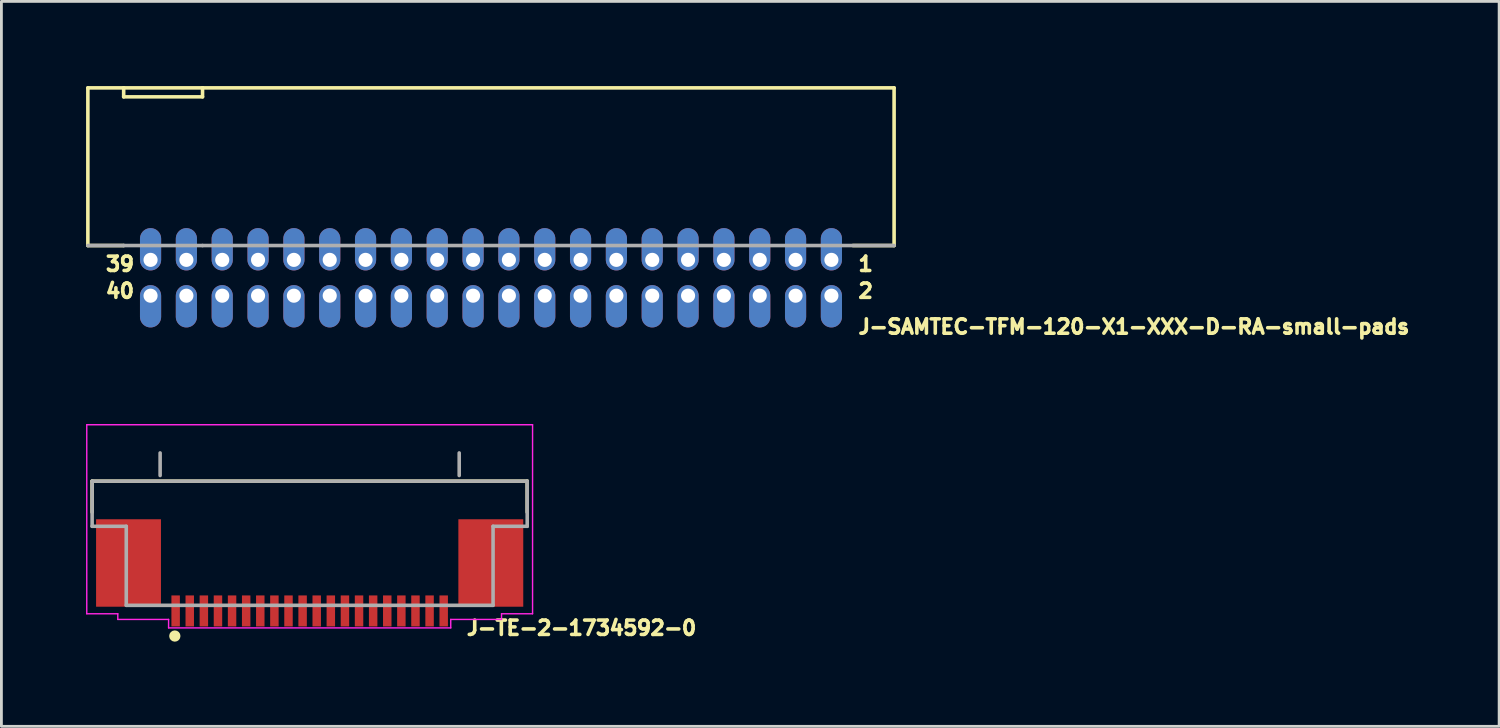
<source format=kicad_pcb>
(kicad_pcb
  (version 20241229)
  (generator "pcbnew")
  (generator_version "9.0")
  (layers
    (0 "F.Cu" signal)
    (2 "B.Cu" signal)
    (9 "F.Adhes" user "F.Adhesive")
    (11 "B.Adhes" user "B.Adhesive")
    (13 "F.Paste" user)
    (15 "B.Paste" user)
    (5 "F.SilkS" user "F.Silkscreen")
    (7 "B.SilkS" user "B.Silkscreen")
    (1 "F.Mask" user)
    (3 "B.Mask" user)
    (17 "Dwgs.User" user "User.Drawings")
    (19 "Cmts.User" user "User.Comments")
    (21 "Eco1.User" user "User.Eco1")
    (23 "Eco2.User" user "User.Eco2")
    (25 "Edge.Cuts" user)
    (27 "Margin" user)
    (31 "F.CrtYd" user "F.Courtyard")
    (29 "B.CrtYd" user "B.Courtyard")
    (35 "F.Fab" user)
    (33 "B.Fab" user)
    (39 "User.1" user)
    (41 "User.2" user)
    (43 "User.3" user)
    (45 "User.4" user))
  (footprint "J-SAMTEC-TFM-120-X1-XXX-D-RA-small-pads"
    (layer "F.Cu")
    (at 14.351 6.795)
    (property "Reference" "J-SAMTEC-TFM-120-X1-XXX-D-RA-small-pads" (at 12.954 2.032 0) (layer "F.SilkS") (effects (font (size 0.508 0.508) (thickness 0.127)) (justify left bottom)))
    (fp_line (start -14.287 -6.731) (end -13.018 -6.731) (stroke (width 0.127) (type solid)) (layer "F.SilkS"))
    (fp_line (start -14.287 -1.143) (end -14.287 -6.731) (stroke (width 0.127) (type solid)) (layer "F.SilkS"))
    (fp_line (start -14.287 -1.143) (end -13.018 -1.143) (stroke (width 0.127) (type solid)) (layer "F.SilkS"))
    (fp_line (start -13.018 -6.731) (end -13.018 -6.413) (stroke (width 0.127) (type solid)) (layer "F.SilkS"))
    (fp_line (start -13.018 -6.731) (end -10.223 -6.731) (stroke (width 0.127) (type solid)) (layer "F.SilkS"))
    (fp_line (start -13.018 -6.413) (end -10.223 -6.413) (stroke (width 0.127) (type solid)) (layer "F.SilkS"))
    (fp_line (start -10.223 -6.731) (end 14.287 -6.731) (stroke (width 0.127) (type solid)) (layer "F.SilkS"))
    (fp_line (start -10.223 -6.413) (end -10.223 -6.731) (stroke (width 0.127) (type solid)) (layer "F.SilkS"))
    (fp_line (start 12.827 -1.143) (end 14.287 -1.143) (stroke (width 0.127) (type solid)) (layer "F.SilkS"))
    (fp_line (start 14.287 -6.731) (end 14.287 -1.143) (stroke (width 0.127) (type solid)) (layer "F.SilkS"))
    (fp_line (start -14.287 -1.143) (end -13.018 -1.143) (stroke (width 0.127) (type solid)) (layer "F.Fab"))
    (fp_line (start -13.018 -1.143) (end -10.223 -1.143) (stroke (width 0.127) (type solid)) (layer "F.Fab"))
    (fp_line (start -10.223 -1.143) (end 14.287 -1.143) (stroke (width 0.127) (type solid)) (layer "F.Fab"))
    (fp_text user "2" (at 12.954 0.762 0) (layer "F.SilkS") (effects (font (size 0.508 0.508) (thickness 0.127)) (justify left bottom)))
    (fp_text user "1" (at 12.954 -0.191 0) (layer "F.SilkS") (effects (font (size 0.508 0.508) (thickness 0.127)) (justify left bottom)))
    (fp_text user "40" (at -13.716 0.762 0) (layer "F.SilkS") (effects (font (size 0.508 0.508) (thickness 0.127)) (justify left bottom)))
    (fp_text user "39" (at -13.716 -0.191 0) (layer "F.SilkS") (effects (font (size 0.508 0.508) (thickness 0.127)) (justify left bottom)))
    (pad "1" thru_hole oval (at 12.065 -0.635 90) (size 1.5 0.75) (drill 0.5 (offset 0.375 0)) (layers "*.Cu" "*.Mask"))
    (pad "2" thru_hole oval (at 12.065 0.635 270) (size 1.5 0.75) (drill 0.5 (offset 0.375 0)) (layers "*.Cu" "*.Mask"))
    (pad "3" thru_hole oval (at 10.795 -0.635 90) (size 1.5 0.75) (drill 0.5 (offset 0.375 0)) (layers "*.Cu" "*.Mask"))
    (pad "4" thru_hole oval (at 10.795 0.635 270) (size 1.5 0.75) (drill 0.5 (offset 0.375 0)) (layers "*.Cu" "*.Mask"))
    (pad "5" thru_hole oval (at 9.525 -0.635 90) (size 1.5 0.75) (drill 0.5 (offset 0.375 0)) (layers "*.Cu" "*.Mask"))
    (pad "6" thru_hole oval (at 9.525 0.635 270) (size 1.5 0.75) (drill 0.5 (offset 0.375 0)) (layers "*.Cu" "*.Mask"))
    (pad "7" thru_hole oval (at 8.255 -0.635 90) (size 1.5 0.75) (drill 0.5 (offset 0.375 0)) (layers "*.Cu" "*.Mask"))
    (pad "8" thru_hole oval (at 8.255 0.635 270) (size 1.5 0.75) (drill 0.5 (offset 0.375 0)) (layers "*.Cu" "*.Mask"))
    (pad "9" thru_hole oval (at 6.985 -0.635 90) (size 1.5 0.75) (drill 0.5 (offset 0.375 0)) (layers "*.Cu" "*.Mask"))
    (pad "10" thru_hole oval (at 6.985 0.635 270) (size 1.5 0.75) (drill 0.5 (offset 0.375 0)) (layers "*.Cu" "*.Mask"))
    (pad "11" thru_hole oval (at 5.715 -0.635 90) (size 1.5 0.75) (drill 0.5 (offset 0.375 0)) (layers "*.Cu" "*.Mask"))
    (pad "12" thru_hole oval (at 5.715 0.635 270) (size 1.5 0.75) (drill 0.5 (offset 0.375 0)) (layers "*.Cu" "*.Mask"))
    (pad "13" thru_hole oval (at 4.445 -0.635 90) (size 1.5 0.75) (drill 0.5 (offset 0.375 0)) (layers "*.Cu" "*.Mask"))
    (pad "14" thru_hole oval (at 4.445 0.635 270) (size 1.5 0.75) (drill 0.5 (offset 0.375 0)) (layers "*.Cu" "*.Mask"))
    (pad "15" thru_hole oval (at 3.175 -0.635 90) (size 1.5 0.75) (drill 0.5 (offset 0.375 0)) (layers "*.Cu" "*.Mask"))
    (pad "16" thru_hole oval (at 3.175 0.635 270) (size 1.5 0.75) (drill 0.5 (offset 0.375 0)) (layers "*.Cu" "*.Mask"))
    (pad "17" thru_hole oval (at 1.905 -0.635 90) (size 1.5 0.75) (drill 0.5 (offset 0.375 0)) (layers "*.Cu" "*.Mask"))
    (pad "18" thru_hole oval (at 1.905 0.635 270) (size 1.5 0.75) (drill 0.5 (offset 0.375 0)) (layers "*.Cu" "*.Mask"))
    (pad "19" thru_hole oval (at 0.635 -0.635 90) (size 1.5 0.75) (drill 0.5 (offset 0.375 0)) (layers "*.Cu" "*.Mask"))
    (pad "20" thru_hole oval (at 0.635 0.635 270) (size 1.5 0.75) (drill 0.5 (offset 0.375 0)) (layers "*.Cu" "*.Mask"))
    (pad "21" thru_hole oval (at -0.635 -0.635 90) (size 1.5 0.75) (drill 0.5 (offset 0.375 0)) (layers "*.Cu" "*.Mask"))
    (pad "22" thru_hole oval (at -0.635 0.635 270) (size 1.5 0.75) (drill 0.5 (offset 0.375 0)) (layers "*.Cu" "*.Mask"))
    (pad "23" thru_hole oval (at -1.905 -0.635 90) (size 1.5 0.75) (drill 0.5 (offset 0.375 0)) (layers "*.Cu" "*.Mask"))
    (pad "24" thru_hole oval (at -1.905 0.635 270) (size 1.5 0.75) (drill 0.5 (offset 0.375 0)) (layers "*.Cu" "*.Mask"))
    (pad "25" thru_hole oval (at -3.175 -0.635 90) (size 1.5 0.75) (drill 0.5 (offset 0.375 0)) (layers "*.Cu" "*.Mask"))
    (pad "26" thru_hole oval (at -3.175 0.635 270) (size 1.5 0.75) (drill 0.5 (offset 0.375 0)) (layers "*.Cu" "*.Mask"))
    (pad "27" thru_hole oval (at -4.445 -0.635 90) (size 1.5 0.75) (drill 0.5 (offset 0.375 0)) (layers "*.Cu" "*.Mask"))
    (pad "28" thru_hole oval (at -4.445 0.635 270) (size 1.5 0.75) (drill 0.5 (offset 0.375 0)) (layers "*.Cu" "*.Mask"))
    (pad "29" thru_hole oval (at -5.715 -0.635 90) (size 1.5 0.75) (drill 0.5 (offset 0.375 0)) (layers "*.Cu" "*.Mask"))
    (pad "30" thru_hole oval (at -5.715 0.635 270) (size 1.5 0.75) (drill 0.5 (offset 0.375 0)) (layers "*.Cu" "*.Mask"))
    (pad "31" thru_hole oval (at -6.985 -0.635 90) (size 1.5 0.75) (drill 0.5 (offset 0.375 0)) (layers "*.Cu" "*.Mask"))
    (pad "32" thru_hole oval (at -6.985 0.635 270) (size 1.5 0.75) (drill 0.5 (offset 0.375 0)) (layers "*.Cu" "*.Mask"))
    (pad "33" thru_hole oval (at -8.255 -0.635 90) (size 1.5 0.75) (drill 0.5 (offset 0.375 0)) (layers "*.Cu" "*.Mask"))
    (pad "34" thru_hole oval (at -8.255 0.635 270) (size 1.5 0.75) (drill 0.5 (offset 0.375 0)) (layers "*.Cu" "*.Mask"))
    (pad "35" thru_hole oval (at -9.525 -0.635 90) (size 1.5 0.75) (drill 0.5 (offset 0.375 0)) (layers "*.Cu" "*.Mask"))
    (pad "36" thru_hole oval (at -9.525 0.635 270) (size 1.5 0.75) (drill 0.5 (offset 0.375 0)) (layers "*.Cu" "*.Mask"))
    (pad "37" thru_hole oval (at -10.795 -0.635 90) (size 1.5 0.75) (drill 0.5 (offset 0.375 0)) (layers "*.Cu" "*.Mask"))
    (pad "38" thru_hole oval (at -10.795 0.635 270) (size 1.5 0.75) (drill 0.5 (offset 0.375 0)) (layers "*.Cu" "*.Mask"))
    (pad "39" thru_hole oval (at -12.065 -0.635 90) (size 1.5 0.75) (drill 0.5 (offset 0.375 0)) (layers "*.Cu" "*.Mask"))
    (pad "40" thru_hole oval (at -12.065 0.635 270) (size 1.5 0.75) (drill 0.5 (offset 0.375 0)) (layers "*.Cu" "*.Mask")))
  (footprint "J-TE-2-1734592-0"
    (layer "F.Cu")
    (at 7.925 16.903)
    (property "Reference" "J-TE-2-1734592-0" (at 5.5 2.6 0) (layer "F.SilkS") (effects (font (size 0.508 0.508) (thickness 0.127)) (justify left bottom)))
    (fp_line (start -7.71 -2.9) (end -7.71 -1.8) (stroke (width 0.127) (type solid)) (layer "F.SilkS"))
    (fp_line (start 7.71 -2.9) (end -7.71 -2.9) (stroke (width 0.127) (type solid)) (layer "F.SilkS"))
    (fp_line (start 7.71 -1.8) (end 7.71 -2.9) (stroke (width 0.127) (type solid)) (layer "F.SilkS"))
    (fp_circle (center -4.779 2.589) (end -4.679 2.589) (stroke (width 0.2) (type solid)) (fill no) (layer "F.SilkS"))
    (fp_poly (pts (xy -7.2 1.1) (xy -5.6 1.1) (xy -5.6 -1.1) (xy -7.2 -1.1)) (stroke (width 0) (type solid)) (fill yes) (layer "F.Paste"))
    (fp_poly (pts (xy 5.7 1.1) (xy 7.3 1.1) (xy 7.3 -1.1) (xy 5.7 -1.1)) (stroke (width 0) (type solid)) (fill yes) (layer "F.Paste"))
    (fp_line (start -7.9 -4.9) (end -7.9 1.8) (stroke (width 0.05) (type solid)) (layer "F.CrtYd"))
    (fp_line (start -6.8 1.8) (end -7.9 1.8) (stroke (width 0.05) (type solid)) (layer "F.CrtYd"))
    (fp_line (start -6.8 2) (end -6.8 1.8) (stroke (width 0.05) (type solid)) (layer "F.CrtYd"))
    (fp_line (start -5 2) (end -6.8 2) (stroke (width 0.05) (type solid)) (layer "F.CrtYd"))
    (fp_line (start -5 2.3) (end -5 2) (stroke (width 0.05) (type solid)) (layer "F.CrtYd"))
    (fp_line (start -5 2.3) (end 5 2.3) (stroke (width 0.05) (type solid)) (layer "F.CrtYd"))
    (fp_line (start 5 2) (end 5 2.3) (stroke (width 0.05) (type solid)) (layer "F.CrtYd"))
    (fp_line (start 6.8 1.8) (end 6.8 2) (stroke (width 0.05) (type solid)) (layer "F.CrtYd"))
    (fp_line (start 6.8 2) (end 5 2) (stroke (width 0.05) (type solid)) (layer "F.CrtYd"))
    (fp_line (start 7.9 -4.9) (end -7.9 -4.9) (stroke (width 0.05) (type solid)) (layer "F.CrtYd"))
    (fp_line (start 7.9 1.8) (end 6.8 1.8) (stroke (width 0.05) (type solid)) (layer "F.CrtYd"))
    (fp_line (start 7.9 1.8) (end 7.9 -4.9) (stroke (width 0.05) (type solid)) (layer "F.CrtYd"))
    (fp_line (start -7.71 -1.3) (end -7.71 -2.9) (stroke (width 0.127) (type solid)) (layer "F.Fab"))
    (fp_line (start -6.5 -1.3) (end -7.71 -1.3) (stroke (width 0.127) (type solid)) (layer "F.Fab"))
    (fp_line (start -6.5 1.5) (end -6.5 -1.3) (stroke (width 0.127) (type solid)) (layer "F.Fab"))
    (fp_line (start -5.3 -3.1) (end -5.3 -3.9) (stroke (width 0.127) (type solid)) (layer "F.Fab"))
    (fp_line (start 5.3 -3.1) (end 5.3 -3.9) (stroke (width 0.127) (type solid)) (layer "F.Fab"))
    (fp_line (start 6.5 -1.3) (end 7.71 -1.3) (stroke (width 0.127) (type solid)) (layer "F.Fab"))
    (fp_line (start 6.5 1.5) (end -6.5 1.5) (stroke (width 0.127) (type solid)) (layer "F.Fab"))
    (fp_line (start 6.5 1.5) (end 6.5 -1.3) (stroke (width 0.127) (type solid)) (layer "F.Fab"))
    (fp_line (start 7.71 -2.9) (end -7.71 -2.9) (stroke (width 0.127) (type solid)) (layer "F.Fab"))
    (fp_line (start 7.71 -1.3) (end 7.71 -2.9) (stroke (width 0.127) (type solid)) (layer "F.Fab"))
    (pad "1" smd rect (at -4.75 1.7 90) (size 1.1 0.3) (layers "F.Cu" "F.Mask" "F.Paste"))
    (pad "2" smd rect (at -4.25 1.7 90) (size 1.1 0.3) (layers "F.Cu" "F.Mask" "F.Paste"))
    (pad "3" smd rect (at -3.75 1.7 90) (size 1.1 0.3) (layers "F.Cu" "F.Mask" "F.Paste"))
    (pad "4" smd rect (at -3.25 1.7 90) (size 1.1 0.3) (layers "F.Cu" "F.Mask" "F.Paste"))
    (pad "5" smd rect (at -2.75 1.7 90) (size 1.1 0.3) (layers "F.Cu" "F.Mask" "F.Paste"))
    (pad "6" smd rect (at -2.25 1.7 90) (size 1.1 0.3) (layers "F.Cu" "F.Mask" "F.Paste"))
    (pad "7" smd rect (at -1.75 1.7 90) (size 1.1 0.3) (layers "F.Cu" "F.Mask" "F.Paste"))
    (pad "8" smd rect (at -1.25 1.7 90) (size 1.1 0.3) (layers "F.Cu" "F.Mask" "F.Paste"))
    (pad "9" smd rect (at -0.75 1.7 90) (size 1.1 0.3) (layers "F.Cu" "F.Mask" "F.Paste"))
    (pad "10" smd rect (at -0.25 1.7 90) (size 1.1 0.3) (layers "F.Cu" "F.Mask" "F.Paste"))
    (pad "11" smd rect (at 0.25 1.7 90) (size 1.1 0.3) (layers "F.Cu" "F.Mask" "F.Paste"))
    (pad "12" smd rect (at 0.75 1.7 90) (size 1.1 0.3) (layers "F.Cu" "F.Mask" "F.Paste"))
    (pad "13" smd rect (at 1.25 1.7 90) (size 1.1 0.3) (layers "F.Cu" "F.Mask" "F.Paste"))
    (pad "14" smd rect (at 1.75 1.7 90) (size 1.1 0.3) (layers "F.Cu" "F.Mask" "F.Paste"))
    (pad "15" smd rect (at 2.25 1.7 90) (size 1.1 0.3) (layers "F.Cu" "F.Mask" "F.Paste"))
    (pad "16" smd rect (at 2.75 1.7 90) (size 1.1 0.3) (layers "F.Cu" "F.Mask" "F.Paste"))
    (pad "17" smd rect (at 3.25 1.7 90) (size 1.1 0.3) (layers "F.Cu" "F.Mask" "F.Paste"))
    (pad "18" smd rect (at 3.75 1.7 90) (size 1.1 0.3) (layers "F.Cu" "F.Mask" "F.Paste"))
    (pad "19" smd rect (at 4.25 1.7 90) (size 1.1 0.3) (layers "F.Cu" "F.Mask" "F.Paste"))
    (pad "20" smd rect (at 4.75 1.7 90) (size 1.1 0.3) (layers "F.Cu" "F.Mask" "F.Paste"))
    (pad "PAD1" smd rect (at 6.42 0 180) (size 2.3 3.1) (layers "F.Cu" "F.Mask"))
    (pad "PAD2" smd rect (at -6.42 0 180) (size 2.3 3.1) (layers "F.Cu" "F.Mask")))
  (gr_rect
    (start -3 -3)
    (end 50.082 22.692)
    (stroke (width 0.1) (type default))
    (fill no)
    (layer "Edge.Cuts")))
</source>
